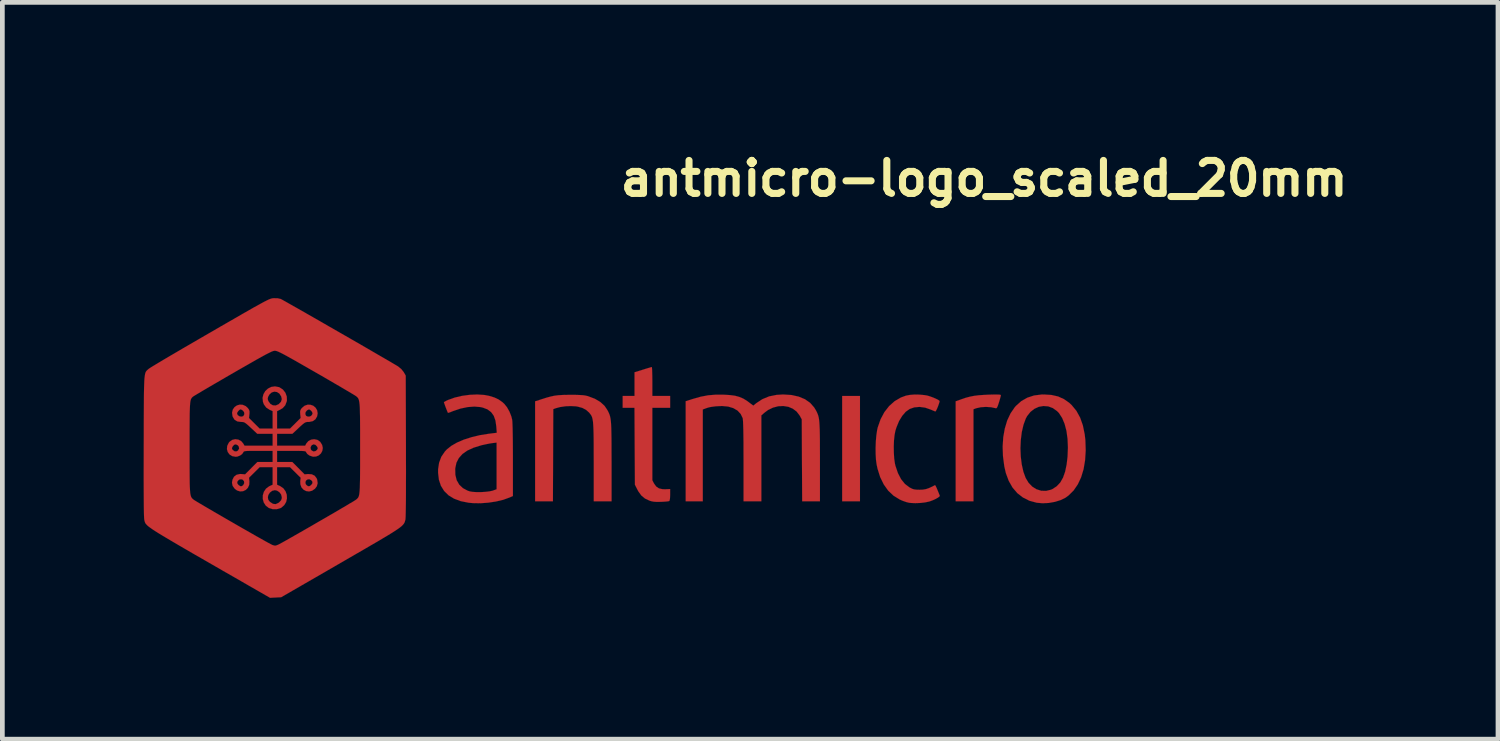
<source format=kicad_pcb>
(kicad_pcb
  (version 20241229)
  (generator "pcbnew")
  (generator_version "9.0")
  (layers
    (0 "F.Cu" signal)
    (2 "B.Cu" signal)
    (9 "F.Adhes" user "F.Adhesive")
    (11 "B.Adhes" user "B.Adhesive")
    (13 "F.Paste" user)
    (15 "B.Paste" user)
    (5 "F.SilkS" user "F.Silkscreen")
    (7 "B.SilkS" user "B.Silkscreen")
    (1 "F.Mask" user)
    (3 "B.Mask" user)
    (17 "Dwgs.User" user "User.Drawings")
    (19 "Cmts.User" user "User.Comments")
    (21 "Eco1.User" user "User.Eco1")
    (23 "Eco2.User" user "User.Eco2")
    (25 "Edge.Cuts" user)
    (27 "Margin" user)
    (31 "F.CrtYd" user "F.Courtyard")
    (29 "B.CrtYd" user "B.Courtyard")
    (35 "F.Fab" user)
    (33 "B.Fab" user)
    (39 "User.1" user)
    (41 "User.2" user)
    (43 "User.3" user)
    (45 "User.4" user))
  (footprint "antmicro-logo_scaled_20mm"
    (layer "F.Cu")
    (at 9.999 6.65)
    (property "Reference" "antmicro-logo_scaled_20mm" (at 0.05 -5.5 0) (layer "F.SilkS") (effects (font (size 0.7 0.7) (thickness 0.15)) (justify left bottom)))
    (attr board_only exclude_from_pos_files exclude_from_bom)
    (fp_poly (pts (xy 5.212 0.944) (xy 4.834 0.944) (xy 4.834 -1.292) (xy 5.212 -1.292) (xy 5.212 0.944)) (stroke (width 0.002) (type solid)) (fill yes) (layer "F.Cu"))
    (fp_poly (pts (xy 8.164 -1.321) (xy 8.193 -1.317) (xy 8.204 -1.31) (xy 8.204 -1.308) (xy 8.2 -1.285) (xy 8.188 -1.24) (xy 8.171 -1.181) (xy 8.163 -1.156) (xy 8.142 -1.092) (xy 8.126 -1.053) (xy 8.112 -1.034) (xy 8.097 -1.031) (xy 8.094 -1.032) (xy 7.996 -1.053) (xy 7.886 -1.06) (xy 7.778 -1.053) (xy 7.683 -1.032) (xy 7.665 -1.026) (xy 7.622 -1.009) (xy 7.622 0.944) (xy 7.244 0.944) (xy 7.244 -1.178) (xy 7.358 -1.219) (xy 7.457 -1.253) (xy 7.548 -1.277) (xy 7.639 -1.295) (xy 7.738 -1.307) (xy 7.856 -1.315) (xy 7.94 -1.319) (xy 8.042 -1.322) (xy 8.115 -1.322) (xy 8.164 -1.321)) (stroke (width 0.002) (type solid)) (fill yes) (layer "F.Cu"))
    (fp_poly (pts (xy 0.795 -1.891) (xy 0.798 -1.849) (xy 0.8 -1.786) (xy 0.802 -1.705) (xy 0.803 -1.612) (xy 0.803 -1.599) (xy 0.803 -1.292) (xy 1.181 -1.292) (xy 1.181 -1.04) (xy 0.803 -1.04) (xy 0.803 0.498) (xy 0.838 0.566) (xy 0.885 0.631) (xy 0.944 0.671) (xy 1.021 0.688) (xy 1.082 0.689) (xy 1.181 0.685) (xy 1.181 0.806) (xy 1.178 0.88) (xy 1.17 0.926) (xy 1.161 0.939) (xy 1.138 0.945) (xy 1.09 0.95) (xy 1.028 0.954) (xy 0.984 0.956) (xy 0.897 0.957) (xy 0.832 0.953) (xy 0.778 0.942) (xy 0.743 0.931) (xy 0.647 0.886) (xy 0.571 0.823) (xy 0.508 0.737) (xy 0.488 0.701) (xy 0.433 0.593) (xy 0.428 -0.223) (xy 0.424 -1.04) (xy 0.173 -1.04) (xy 0.173 -1.292) (xy 0.425 -1.292) (xy 0.425 -1.795) (xy 0.603 -1.85) (xy 0.673 -1.872) (xy 0.733 -1.89) (xy 0.774 -1.902) (xy 0.792 -1.906) (xy 0.795 -1.891)) (stroke (width 0.002) (type solid)) (fill yes) (layer "F.Cu"))
    (fp_poly (pts (xy -0.82 -1.315) (xy -0.737 -1.312) (xy -0.672 -1.308) (xy -0.621 -1.301) (xy -0.577 -1.291) (xy -0.56 -1.286) (xy -0.417 -1.232) (xy -0.302 -1.164) (xy -0.212 -1.082) (xy -0.154 -0.996) (xy -0.135 -0.961) (xy -0.119 -0.927) (xy -0.105 -0.893) (xy -0.094 -0.855) (xy -0.085 -0.811) (xy -0.078 -0.758) (xy -0.073 -0.693) (xy -0.069 -0.612) (xy -0.067 -0.515) (xy -0.065 -0.397) (xy -0.064 -0.256) (xy -0.064 -0.088) (xy -0.063 0.105) (xy -0.063 0.944) (xy -0.441 0.944) (xy -0.441 0.113) (xy -0.442 -0.083) (xy -0.442 -0.25) (xy -0.443 -0.391) (xy -0.445 -0.508) (xy -0.448 -0.604) (xy -0.452 -0.682) (xy -0.457 -0.744) (xy -0.465 -0.794) (xy -0.474 -0.833) (xy -0.486 -0.864) (xy -0.501 -0.89) (xy -0.518 -0.913) (xy -0.538 -0.937) (xy -0.539 -0.939) (xy -0.604 -0.997) (xy -0.684 -1.039) (xy -0.784 -1.066) (xy -0.822 -1.072) (xy -0.927 -1.078) (xy -1.044 -1.073) (xy -1.158 -1.056) (xy -1.24 -1.034) (xy -1.3 -1.013) (xy -1.304 -0.034) (xy -1.308 0.944) (xy -1.686 0.944) (xy -1.686 -1.178) (xy -1.54 -1.225) (xy -1.44 -1.257) (xy -1.354 -1.28) (xy -1.276 -1.297) (xy -1.195 -1.307) (xy -1.105 -1.313) (xy -0.995 -1.315) (xy -0.93 -1.315) (xy -0.82 -1.315)) (stroke (width 0.002) (type solid)) (fill yes) (layer "F.Cu"))
    (fp_poly (pts (xy 3.757 -1.312) (xy 3.91 -1.278) (xy 4.043 -1.223) (xy 4.153 -1.146) (xy 4.24 -1.047) (xy 4.282 -0.977) (xy 4.299 -0.943) (xy 4.313 -0.91) (xy 4.325 -0.876) (xy 4.335 -0.837) (xy 4.343 -0.791) (xy 4.349 -0.734) (xy 4.353 -0.665) (xy 4.357 -0.581) (xy 4.359 -0.478) (xy 4.361 -0.354) (xy 4.361 -0.206) (xy 4.362 -0.031) (xy 4.362 0.111) (xy 4.362 0.944) (xy 3.985 0.944) (xy 3.98 0.074) (xy 3.976 -0.796) (xy 3.93 -0.879) (xy 3.867 -0.961) (xy 3.786 -1.022) (xy 3.691 -1.062) (xy 3.586 -1.079) (xy 3.476 -1.074) (xy 3.366 -1.045) (xy 3.26 -0.994) (xy 3.185 -0.938) (xy 3.118 -0.88) (xy 3.118 0.944) (xy 2.74 0.944) (xy 2.74 0.092) (xy 2.739 -0.122) (xy 2.739 -0.305) (xy 2.737 -0.459) (xy 2.735 -0.585) (xy 2.732 -0.683) (xy 2.729 -0.755) (xy 2.725 -0.802) (xy 2.722 -0.821) (xy 2.679 -0.91) (xy 2.613 -0.981) (xy 2.523 -1.034) (xy 2.413 -1.067) (xy 2.284 -1.079) (xy 2.154 -1.073) (xy 2.082 -1.064) (xy 2.031 -1.056) (xy 1.989 -1.046) (xy 1.944 -1.031) (xy 1.917 -1.021) (xy 1.874 -1.005) (xy 1.874 0.944) (xy 1.511 0.944) (xy 1.511 -1.18) (xy 1.661 -1.228) (xy 1.83 -1.276) (xy 1.988 -1.306) (xy 2.148 -1.319) (xy 2.314 -1.319) (xy 2.448 -1.311) (xy 2.557 -1.297) (xy 2.649 -1.272) (xy 2.732 -1.237) (xy 2.811 -1.189) (xy 2.843 -1.165) (xy 2.947 -1.087) (xy 3.012 -1.14) (xy 3.14 -1.224) (xy 3.283 -1.283) (xy 3.443 -1.315) (xy 3.582 -1.323) (xy 3.757 -1.312)) (stroke (width 0.002) (type solid)) (fill yes) (layer "F.Cu"))
    (fp_poly (pts (xy 9.278 -1.313) (xy 9.419 -1.281) (xy 9.543 -1.225) (xy 9.656 -1.146) (xy 9.708 -1.097) (xy 9.808 -0.975) (xy 9.887 -0.831) (xy 9.945 -0.666) (xy 9.984 -0.476) (xy 9.998 -0.354) (xy 10.005 -0.134) (xy 9.992 0.072) (xy 9.96 0.262) (xy 9.908 0.434) (xy 9.837 0.585) (xy 9.749 0.714) (xy 9.643 0.819) (xy 9.578 0.867) (xy 9.475 0.918) (xy 9.352 0.956) (xy 9.219 0.98) (xy 9.087 0.986) (xy 8.966 0.975) (xy 8.81 0.933) (xy 8.673 0.864) (xy 8.553 0.771) (xy 8.452 0.653) (xy 8.371 0.511) (xy 8.31 0.346) (xy 8.277 0.202) (xy 8.249 -0.011) (xy 8.243 -0.182) (xy 8.619 -0.182) (xy 8.626 -0.007) (xy 8.647 0.163) (xy 8.682 0.318) (xy 8.73 0.449) (xy 8.792 0.552) (xy 8.87 0.633) (xy 8.961 0.69) (xy 9.06 0.721) (xy 9.164 0.724) (xy 9.268 0.699) (xy 9.303 0.683) (xy 9.391 0.625) (xy 9.465 0.546) (xy 9.524 0.443) (xy 9.569 0.315) (xy 9.601 0.162) (xy 9.62 0) (xy 9.628 -0.198) (xy 9.62 -0.382) (xy 9.597 -0.55) (xy 9.558 -0.698) (xy 9.505 -0.825) (xy 9.439 -0.927) (xy 9.397 -0.971) (xy 9.307 -1.035) (xy 9.21 -1.071) (xy 9.109 -1.079) (xy 9.009 -1.062) (xy 8.915 -1.019) (xy 8.831 -0.953) (xy 8.76 -0.863) (xy 8.733 -0.813) (xy 8.684 -0.68) (xy 8.648 -0.526) (xy 8.627 -0.358) (xy 8.619 -0.182) (xy 8.243 -0.182) (xy 8.242 -0.218) (xy 8.255 -0.417) (xy 8.288 -0.602) (xy 8.339 -0.772) (xy 8.41 -0.923) (xy 8.498 -1.051) (xy 8.524 -1.081) (xy 8.637 -1.182) (xy 8.765 -1.255) (xy 8.908 -1.302) (xy 9.068 -1.322) (xy 9.117 -1.323) (xy 9.278 -1.313)) (stroke (width 0.002) (type solid)) (fill yes) (layer "F.Cu"))
    (fp_poly (pts (xy 6.48 -1.32) (xy 6.584 -1.31) (xy 6.642 -1.3) (xy 6.701 -1.282) (xy 6.765 -1.259) (xy 6.825 -1.233) (xy 6.873 -1.209) (xy 6.9 -1.189) (xy 6.902 -1.186) (xy 6.901 -1.166) (xy 6.889 -1.128) (xy 6.872 -1.079) (xy 6.852 -1.03) (xy 6.833 -0.989) (xy 6.818 -0.966) (xy 6.815 -0.963) (xy 6.795 -0.969) (xy 6.757 -0.985) (xy 6.717 -1.002) (xy 6.597 -1.044) (xy 6.478 -1.06) (xy 6.365 -1.05) (xy 6.267 -1.016) (xy 6.184 -0.957) (xy 6.109 -0.87) (xy 6.042 -0.76) (xy 5.988 -0.629) (xy 5.964 -0.554) (xy 5.946 -0.461) (xy 5.934 -0.347) (xy 5.929 -0.22) (xy 5.931 -0.091) (xy 5.938 0.032) (xy 5.953 0.138) (xy 5.965 0.191) (xy 6.018 0.347) (xy 6.085 0.476) (xy 6.166 0.576) (xy 6.262 0.649) (xy 6.269 0.653) (xy 6.318 0.678) (xy 6.36 0.692) (xy 6.409 0.698) (xy 6.476 0.7) (xy 6.48 0.7) (xy 6.551 0.697) (xy 6.613 0.686) (xy 6.676 0.665) (xy 6.75 0.631) (xy 6.805 0.602) (xy 6.811 0.606) (xy 6.823 0.627) (xy 6.842 0.667) (xy 6.868 0.73) (xy 6.904 0.819) (xy 6.907 0.827) (xy 6.898 0.844) (xy 6.866 0.868) (xy 6.818 0.895) (xy 6.759 0.922) (xy 6.697 0.945) (xy 6.68 0.95) (xy 6.596 0.968) (xy 6.494 0.98) (xy 6.388 0.984) (xy 6.292 0.98) (xy 6.251 0.975) (xy 6.192 0.96) (xy 6.121 0.935) (xy 6.055 0.906) (xy 5.924 0.825) (xy 5.811 0.718) (xy 5.717 0.586) (xy 5.641 0.431) (xy 5.585 0.252) (xy 5.566 0.164) (xy 5.552 0.061) (xy 5.545 -0.061) (xy 5.544 -0.193) (xy 5.549 -0.327) (xy 5.56 -0.453) (xy 5.576 -0.563) (xy 5.589 -0.623) (xy 5.65 -0.797) (xy 5.731 -0.949) (xy 5.831 -1.077) (xy 5.948 -1.181) (xy 6.081 -1.259) (xy 6.187 -1.298) (xy 6.27 -1.314) (xy 6.372 -1.322) (xy 6.48 -1.32)) (stroke (width 0.002) (type solid)) (fill yes) (layer "F.Cu"))
    (fp_poly (pts (xy -2.763 -1.313) (xy -2.663 -1.294) (xy -2.55 -1.259) (xy -2.459 -1.216) (xy -2.38 -1.16) (xy -2.341 -1.124) (xy -2.284 -1.053) (xy -2.232 -0.961) (xy -2.192 -0.861) (xy -2.174 -0.79) (xy -2.17 -0.754) (xy -2.167 -0.69) (xy -2.164 -0.599) (xy -2.162 -0.485) (xy -2.16 -0.35) (xy -2.159 -0.196) (xy -2.158 -0.027) (xy -2.158 0.064) (xy -2.158 0.833) (xy -2.232 0.865) (xy -2.364 0.913) (xy -2.517 0.949) (xy -2.682 0.974) (xy -2.85 0.986) (xy -3.011 0.983) (xy -3.097 0.975) (xy -3.264 0.942) (xy -3.407 0.889) (xy -3.525 0.817) (xy -3.618 0.725) (xy -3.686 0.616) (xy -3.729 0.487) (xy -3.746 0.341) (xy -3.746 0.268) (xy -3.744 0.254) (xy -3.383 0.254) (xy -3.38 0.384) (xy -3.352 0.497) (xy -3.298 0.591) (xy -3.221 0.665) (xy -3.12 0.719) (xy -3.072 0.735) (xy -3.011 0.745) (xy -2.928 0.75) (xy -2.835 0.75) (xy -2.74 0.744) (xy -2.655 0.734) (xy -2.589 0.72) (xy -2.579 0.716) (xy -2.504 0.689) (xy -2.504 -0.302) (xy -2.595 -0.291) (xy -2.653 -0.282) (xy -2.728 -0.267) (xy -2.806 -0.25) (xy -2.831 -0.244) (xy -2.992 -0.194) (xy -3.125 -0.133) (xy -3.229 -0.06) (xy -3.306 0.026) (xy -3.357 0.125) (xy -3.381 0.238) (xy -3.383 0.254) (xy -3.744 0.254) (xy -3.725 0.126) (xy -3.678 0) (xy -3.602 -0.112) (xy -3.559 -0.158) (xy -3.465 -0.233) (xy -3.343 -0.303) (xy -3.198 -0.365) (xy -3.034 -0.417) (xy -2.856 -0.46) (xy -2.666 -0.49) (xy -2.663 -0.49) (xy -2.5 -0.51) (xy -2.51 -0.644) (xy -2.528 -0.77) (xy -2.564 -0.871) (xy -2.62 -0.949) (xy -2.697 -1.007) (xy -2.797 -1.045) (xy -2.845 -1.056) (xy -2.975 -1.067) (xy -3.12 -1.056) (xy -3.272 -1.024) (xy -3.426 -0.972) (xy -3.439 -0.967) (xy -3.488 -0.947) (xy -3.523 -0.936) (xy -3.537 -0.934) (xy -3.545 -0.95) (xy -3.56 -0.987) (xy -3.579 -1.035) (xy -3.598 -1.086) (xy -3.613 -1.129) (xy -3.622 -1.155) (xy -3.623 -1.159) (xy -3.609 -1.169) (xy -3.575 -1.188) (xy -3.537 -1.206) (xy -3.395 -1.257) (xy -3.239 -1.294) (xy -3.075 -1.316) (xy -2.914 -1.323) (xy -2.763 -1.313)) (stroke (width 0.002) (type solid)) (fill yes) (layer "F.Cu"))
    (fp_poly (pts (xy -7.153 -3.366) (xy -7.087 -3.351) (xy -7.086 -3.351) (xy -7.066 -3.34) (xy -7.021 -3.315) (xy -6.953 -3.277) (xy -6.865 -3.227) (xy -6.759 -3.167) (xy -6.639 -3.099) (xy -6.505 -3.022) (xy -6.361 -2.94) (xy -6.209 -2.853) (xy -6.052 -2.762) (xy -5.891 -2.67) (xy -5.729 -2.577) (xy -5.569 -2.485) (xy -5.413 -2.395) (xy -5.264 -2.309) (xy -5.123 -2.227) (xy -4.994 -2.152) (xy -4.878 -2.085) (xy -4.778 -2.027) (xy -4.697 -1.979) (xy -4.636 -1.943) (xy -4.599 -1.921) (xy -4.595 -1.918) (xy -4.528 -1.863) (xy -4.476 -1.798) (xy -4.434 -1.725) (xy -4.429 -0.224) (xy -4.429 0.063) (xy -4.428 0.323) (xy -4.429 0.553) (xy -4.429 0.755) (xy -4.43 0.928) (xy -4.432 1.071) (xy -4.434 1.184) (xy -4.436 1.266) (xy -4.439 1.318) (xy -4.441 1.337) (xy -4.448 1.36) (xy -4.454 1.382) (xy -4.463 1.403) (xy -4.476 1.423) (xy -4.494 1.445) (xy -4.519 1.47) (xy -4.552 1.497) (xy -4.596 1.529) (xy -4.652 1.567) (xy -4.721 1.611) (xy -4.805 1.663) (xy -4.906 1.723) (xy -5.025 1.794) (xy -5.165 1.875) (xy -5.326 1.969) (xy -5.511 2.076) (xy -5.72 2.197) (xy -5.813 2.251) (xy -7.079 2.982) (xy -7.197 2.988) (xy -7.315 2.994) (xy -7.78 2.727) (xy -8.064 2.563) (xy -8.323 2.415) (xy -8.557 2.28) (xy -8.767 2.159) (xy -8.955 2.051) (xy -9.122 1.954) (xy -9.27 1.868) (xy -9.399 1.792) (xy -9.51 1.726) (xy -9.606 1.669) (xy -9.688 1.619) (xy -9.756 1.576) (xy -9.812 1.539) (xy -9.857 1.507) (xy -9.893 1.481) (xy -9.92 1.458) (xy -9.94 1.437) (xy -9.955 1.42) (xy -9.965 1.403) (xy -9.972 1.387) (xy -9.977 1.371) (xy -9.981 1.354) (xy -9.985 1.337) (xy -9.988 1.309) (xy -9.991 1.25) (xy -9.993 1.161) (xy -9.995 1.041) (xy -9.996 0.891) (xy -9.997 0.712) (xy -9.998 0.503) (xy -9.998 0.266) (xy -9.997 0) (xy -9.997 -0.189) (xy -9.024 -0.189) (xy -9.024 0.015) (xy -9.024 0.191) (xy -9.023 0.34) (xy -9.022 0.464) (xy -9.021 0.567) (xy -9.018 0.65) (xy -9.014 0.717) (xy -9.01 0.768) (xy -9.003 0.808) (xy -8.995 0.837) (xy -8.986 0.859) (xy -8.974 0.876) (xy -8.961 0.891) (xy -8.945 0.905) (xy -8.943 0.906) (xy -8.922 0.921) (xy -8.877 0.949) (xy -8.81 0.989) (xy -8.725 1.039) (xy -8.625 1.098) (xy -8.512 1.164) (xy -8.389 1.235) (xy -8.26 1.31) (xy -8.128 1.386) (xy -7.995 1.463) (xy -7.864 1.538) (xy -7.739 1.609) (xy -7.622 1.676) (xy -7.517 1.735) (xy -7.425 1.787) (xy -7.351 1.828) (xy -7.297 1.857) (xy -7.266 1.872) (xy -7.261 1.874) (xy -7.222 1.885) (xy -7.195 1.886) (xy -7.163 1.875) (xy -7.144 1.867) (xy -7.117 1.854) (xy -7.067 1.827) (xy -6.997 1.788) (xy -6.909 1.738) (xy -6.805 1.679) (xy -6.691 1.614) (xy -6.567 1.543) (xy -6.438 1.469) (xy -6.306 1.392) (xy -6.174 1.316) (xy -6.045 1.241) (xy -5.922 1.17) (xy -5.809 1.103) (xy -5.708 1.044) (xy -5.622 0.992) (xy -5.553 0.952) (xy -5.507 0.923) (xy -5.484 0.907) (xy -5.483 0.907) (xy -5.467 0.892) (xy -5.453 0.878) (xy -5.441 0.861) (xy -5.431 0.839) (xy -5.423 0.81) (xy -5.417 0.772) (xy -5.412 0.721) (xy -5.408 0.656) (xy -5.406 0.574) (xy -5.404 0.473) (xy -5.403 0.35) (xy -5.402 0.203) (xy -5.402 0.03) (xy -5.402 -0.172) (xy -5.402 -0.189) (xy -5.402 -0.395) (xy -5.402 -0.572) (xy -5.403 -0.721) (xy -5.404 -0.847) (xy -5.406 -0.95) (xy -5.408 -1.034) (xy -5.412 -1.101) (xy -5.418 -1.153) (xy -5.425 -1.193) (xy -5.434 -1.223) (xy -5.445 -1.245) (xy -5.458 -1.262) (xy -5.473 -1.276) (xy -5.491 -1.29) (xy -5.499 -1.295) (xy -5.522 -1.31) (xy -5.57 -1.339) (xy -5.64 -1.381) (xy -5.729 -1.433) (xy -5.835 -1.496) (xy -5.956 -1.566) (xy -6.088 -1.643) (xy -6.229 -1.725) (xy -6.348 -1.793) (xy -6.519 -1.891) (xy -6.664 -1.974) (xy -6.786 -2.044) (xy -6.888 -2.101) (xy -6.971 -2.147) (xy -7.038 -2.183) (xy -7.091 -2.21) (xy -7.132 -2.229) (xy -7.163 -2.242) (xy -7.187 -2.249) (xy -7.205 -2.252) (xy -7.211 -2.252) (xy -7.228 -2.251) (xy -7.249 -2.246) (xy -7.276 -2.236) (xy -7.312 -2.219) (xy -7.359 -2.196) (xy -7.419 -2.165) (xy -7.495 -2.123) (xy -7.587 -2.072) (xy -7.699 -2.008) (xy -7.832 -1.932) (xy -7.99 -1.842) (xy -8.1 -1.778) (xy -8.248 -1.693) (xy -8.388 -1.611) (xy -8.519 -1.535) (xy -8.637 -1.466) (xy -8.739 -1.406) (xy -8.825 -1.355) (xy -8.89 -1.316) (xy -8.933 -1.29) (xy -8.951 -1.278) (xy -8.966 -1.265) (xy -8.978 -1.251) (xy -8.989 -1.234) (xy -8.998 -1.212) (xy -9.005 -1.182) (xy -9.011 -1.141) (xy -9.015 -1.087) (xy -9.018 -1.019) (xy -9.021 -0.933) (xy -9.022 -0.827) (xy -9.023 -0.699) (xy -9.024 -0.546) (xy -9.024 -0.366) (xy -9.024 -0.189) (xy -9.997 -0.189) (xy -9.997 -0.224) (xy -9.996 -0.479) (xy -9.996 -0.705) (xy -9.995 -0.903) (xy -9.994 -1.075) (xy -9.993 -1.223) (xy -9.992 -1.35) (xy -9.99 -1.456) (xy -9.987 -1.545) (xy -9.984 -1.617) (xy -9.98 -1.675) (xy -9.974 -1.721) (xy -9.968 -1.757) (xy -9.961 -1.784) (xy -9.952 -1.805) (xy -9.941 -1.821) (xy -9.929 -1.834) (xy -9.915 -1.847) (xy -9.9 -1.86) (xy -9.893 -1.866) (xy -9.873 -1.88) (xy -9.828 -1.909) (xy -9.759 -1.951) (xy -9.669 -2.005) (xy -9.56 -2.07) (xy -9.433 -2.145) (xy -9.291 -2.228) (xy -9.136 -2.319) (xy -8.969 -2.416) (xy -8.793 -2.518) (xy -8.61 -2.624) (xy -8.59 -2.635) (xy -8.377 -2.759) (xy -8.189 -2.867) (xy -8.024 -2.962) (xy -7.882 -3.044) (xy -7.759 -3.114) (xy -7.656 -3.173) (xy -7.568 -3.221) (xy -7.496 -3.261) (xy -7.437 -3.293) (xy -7.389 -3.317) (xy -7.351 -3.336) (xy -7.321 -3.349) (xy -7.296 -3.357) (xy -7.276 -3.363) (xy -7.259 -3.366) (xy -7.242 -3.367) (xy -7.237 -3.368) (xy -7.153 -3.366)) (stroke (width 0.002) (type solid)) (fill yes) (layer "F.Cu"))
    (fp_poly (pts (xy -7.128 -1.48) (xy -7.114 -1.475) (xy -7.042 -1.428) (xy -6.989 -1.361) (xy -6.96 -1.281) (xy -6.957 -1.196) (xy -6.961 -1.175) (xy -6.992 -1.094) (xy -7.046 -1.034) (xy -7.101 -1.001) (xy -7.166 -0.969) (xy -7.166 -0.599) (xy -6.891 -0.599) (xy -6.778 -0.711) (xy -6.665 -0.824) (xy -6.673 -0.905) (xy -6.673 -0.906) (xy -6.566 -0.906) (xy -6.549 -0.87) (xy -6.512 -0.853) (xy -6.467 -0.856) (xy -6.435 -0.876) (xy -6.412 -0.913) (xy -6.42 -0.95) (xy -6.441 -0.977) (xy -6.471 -1.002) (xy -6.496 -1.005) (xy -6.53 -0.986) (xy -6.532 -0.984) (xy -6.56 -0.949) (xy -6.566 -0.906) (xy -6.673 -0.906) (xy -6.676 -0.957) (xy -6.669 -0.992) (xy -6.648 -1.025) (xy -6.639 -1.036) (xy -6.582 -1.084) (xy -6.519 -1.106) (xy -6.456 -1.105) (xy -6.397 -1.084) (xy -6.349 -1.044) (xy -6.316 -0.99) (xy -6.304 -0.925) (xy -6.315 -0.859) (xy -6.351 -0.797) (xy -6.408 -0.757) (xy -6.484 -0.741) (xy -6.497 -0.741) (xy -6.529 -0.74) (xy -6.557 -0.734) (xy -6.585 -0.719) (xy -6.619 -0.693) (xy -6.667 -0.651) (xy -6.705 -0.615) (xy -6.84 -0.489) (xy -7.166 -0.489) (xy -7.166 -0.237) (xy -6.568 -0.237) (xy -6.545 -0.282) (xy -6.502 -0.333) (xy -6.443 -0.364) (xy -6.377 -0.373) (xy -6.311 -0.36) (xy -6.255 -0.322) (xy -6.249 -0.317) (xy -6.209 -0.253) (xy -6.195 -0.188) (xy -6.205 -0.126) (xy -6.234 -0.072) (xy -6.28 -0.03) (xy -6.337 -0.006) (xy -6.402 -0.002) (xy -6.472 -0.025) (xy -6.486 -0.033) (xy -6.523 -0.061) (xy -6.545 -0.091) (xy -6.547 -0.096) (xy -6.552 -0.106) (xy -6.561 -0.114) (xy -6.58 -0.12) (xy -6.613 -0.123) (xy -6.664 -0.125) (xy -6.737 -0.126) (xy -6.836 -0.126) (xy -6.861 -0.126) (xy -7.166 -0.126) (xy -7.166 0.11) (xy -6.842 0.11) (xy -6.581 0.373) (xy -6.507 0.366) (xy -6.428 0.372) (xy -6.367 0.402) (xy -6.325 0.457) (xy -6.314 0.486) (xy -6.304 0.561) (xy -6.322 0.626) (xy -6.361 0.678) (xy -6.422 0.72) (xy -6.487 0.736) (xy -6.55 0.727) (xy -6.605 0.697) (xy -6.648 0.648) (xy -6.671 0.583) (xy -6.672 0.536) (xy -6.564 0.536) (xy -6.559 0.575) (xy -6.544 0.597) (xy -6.508 0.625) (xy -6.474 0.623) (xy -6.441 0.598) (xy -6.414 0.56) (xy -6.417 0.525) (xy -6.44 0.497) (xy -6.48 0.476) (xy -6.518 0.48) (xy -6.549 0.502) (xy -6.564 0.536) (xy -6.672 0.536) (xy -6.673 0.52) (xy -6.664 0.445) (xy -6.891 0.22) (xy -7.166 0.22) (xy -7.166 0.593) (xy -7.101 0.622) (xy -7.033 0.668) (xy -6.986 0.732) (xy -6.96 0.805) (xy -6.956 0.883) (xy -6.973 0.959) (xy -7.013 1.026) (xy -7.074 1.079) (xy -7.088 1.087) (xy -7.171 1.112) (xy -7.258 1.112) (xy -7.34 1.087) (xy -7.341 1.086) (xy -7.406 1.036) (xy -7.448 0.97) (xy -7.469 0.895) (xy -7.468 0.858) (xy -7.361 0.858) (xy -7.355 0.905) (xy -7.331 0.942) (xy -7.31 0.962) (xy -7.252 0.999) (xy -7.195 1.005) (xy -7.137 0.979) (xy -7.116 0.962) (xy -7.08 0.923) (xy -7.066 0.883) (xy -7.065 0.858) (xy -7.079 0.801) (xy -7.116 0.751) (xy -7.167 0.718) (xy -7.213 0.708) (xy -7.27 0.722) (xy -7.319 0.76) (xy -7.352 0.812) (xy -7.361 0.858) (xy -7.468 0.858) (xy -7.468 0.817) (xy -7.445 0.742) (xy -7.401 0.677) (xy -7.336 0.628) (xy -7.325 0.622) (xy -7.26 0.593) (xy -7.26 0.22) (xy -7.535 0.22) (xy -7.762 0.445) (xy -7.753 0.52) (xy -7.757 0.595) (xy -7.785 0.658) (xy -7.83 0.703) (xy -7.887 0.73) (xy -7.951 0.735) (xy -8.015 0.715) (xy -8.065 0.678) (xy -8.109 0.617) (xy -8.123 0.551) (xy -8.12 0.532) (xy -8.012 0.532) (xy -8.009 0.566) (xy -7.985 0.598) (xy -7.946 0.625) (xy -7.912 0.623) (xy -7.883 0.599) (xy -7.863 0.558) (xy -7.868 0.517) (xy -7.896 0.486) (xy -7.915 0.478) (xy -7.961 0.48) (xy -7.985 0.496) (xy -8.012 0.532) (xy -8.12 0.532) (xy -8.112 0.486) (xy -8.079 0.422) (xy -8.025 0.381) (xy -7.953 0.365) (xy -7.919 0.366) (xy -7.845 0.373) (xy -7.584 0.11) (xy -7.26 0.11) (xy -7.26 -0.126) (xy -7.566 -0.126) (xy -7.672 -0.126) (xy -7.75 -0.126) (xy -7.805 -0.124) (xy -7.841 -0.121) (xy -7.863 -0.116) (xy -7.875 -0.108) (xy -7.881 -0.098) (xy -7.883 -0.094) (xy -7.908 -0.058) (xy -7.954 -0.026) (xy -8.009 -0.005) (xy -8.045 -0.001) (xy -8.117 -0.014) (xy -8.174 -0.049) (xy -8.213 -0.102) (xy -8.23 -0.164) (xy -8.228 -0.186) (xy -8.124 -0.186) (xy -8.12 -0.163) (xy -8.104 -0.143) (xy -8.063 -0.115) (xy -8.021 -0.117) (xy -7.994 -0.135) (xy -7.971 -0.176) (xy -7.976 -0.202) (xy -6.455 -0.202) (xy -6.449 -0.158) (xy -6.432 -0.135) (xy -6.392 -0.113) (xy -6.35 -0.121) (xy -6.322 -0.143) (xy -6.303 -0.169) (xy -6.304 -0.193) (xy -6.316 -0.218) (xy -6.35 -0.254) (xy -6.39 -0.265) (xy -6.429 -0.247) (xy -6.432 -0.244) (xy -6.455 -0.202) (xy -7.976 -0.202) (xy -7.979 -0.218) (xy -7.999 -0.244) (xy -8.04 -0.265) (xy -8.078 -0.255) (xy -8.11 -0.218) (xy -8.124 -0.186) (xy -8.228 -0.186) (xy -8.224 -0.232) (xy -8.192 -0.297) (xy -8.177 -0.317) (xy -8.121 -0.358) (xy -8.055 -0.374) (xy -7.988 -0.365) (xy -7.927 -0.333) (xy -7.885 -0.284) (xy -7.857 -0.237) (xy -7.26 -0.237) (xy -7.26 -0.489) (xy -7.586 -0.489) (xy -7.721 -0.615) (xy -7.779 -0.669) (xy -7.821 -0.704) (xy -7.852 -0.726) (xy -7.879 -0.737) (xy -7.908 -0.74) (xy -7.934 -0.741) (xy -8.011 -0.752) (xy -8.068 -0.787) (xy -8.105 -0.846) (xy -8.112 -0.866) (xy -8.119 -0.923) (xy -8.016 -0.923) (xy -8.003 -0.887) (xy -7.969 -0.862) (xy -7.928 -0.852) (xy -7.888 -0.861) (xy -7.878 -0.87) (xy -7.86 -0.907) (xy -7.866 -0.949) (xy -7.894 -0.984) (xy -7.924 -1.002) (xy -7.941 -1.008) (xy -7.964 -0.997) (xy -7.991 -0.969) (xy -8.011 -0.939) (xy -8.016 -0.923) (xy -8.119 -0.923) (xy -8.121 -0.94) (xy -8.105 -1.004) (xy -8.069 -1.055) (xy -8.018 -1.091) (xy -7.958 -1.108) (xy -7.894 -1.104) (xy -7.831 -1.076) (xy -7.787 -1.036) (xy -7.762 -1.001) (xy -7.751 -0.968) (xy -7.751 -0.923) (xy -7.753 -0.905) (xy -7.762 -0.824) (xy -7.648 -0.711) (xy -7.535 -0.599) (xy -7.26 -0.599) (xy -7.26 -0.971) (xy -7.323 -0.998) (xy -7.396 -1.046) (xy -7.446 -1.114) (xy -7.465 -1.166) (xy -7.472 -1.24) (xy -7.365 -1.24) (xy -7.359 -1.204) (xy -7.347 -1.177) (xy -7.307 -1.123) (xy -7.254 -1.093) (xy -7.194 -1.09) (xy -7.134 -1.116) (xy -7.127 -1.121) (xy -7.081 -1.171) (xy -7.065 -1.225) (xy -7.078 -1.283) (xy -7.116 -1.342) (xy -7.166 -1.375) (xy -7.222 -1.384) (xy -7.278 -1.368) (xy -7.326 -1.326) (xy -7.354 -1.278) (xy -7.365 -1.24) (xy -7.472 -1.24) (xy -7.474 -1.25) (xy -7.455 -1.328) (xy -7.416 -1.396) (xy -7.358 -1.449) (xy -7.288 -1.484) (xy -7.21 -1.495) (xy -7.128 -1.48)) (stroke (width 0.002) (type solid)) (fill yes) (layer "F.Cu"))
    (fp_poly (pts (xy 5.212 0.944) (xy 4.834 0.944) (xy 4.834 -1.292) (xy 5.212 -1.292) (xy 5.212 0.944)) (stroke (width 0.002) (type solid)) (fill yes) (layer "F.Mask"))
    (fp_poly (pts (xy 8.164 -1.321) (xy 8.193 -1.317) (xy 8.204 -1.31) (xy 8.204 -1.308) (xy 8.2 -1.285) (xy 8.188 -1.24) (xy 8.171 -1.181) (xy 8.163 -1.156) (xy 8.142 -1.092) (xy 8.126 -1.053) (xy 8.112 -1.034) (xy 8.097 -1.031) (xy 8.094 -1.032) (xy 7.996 -1.053) (xy 7.886 -1.06) (xy 7.778 -1.053) (xy 7.683 -1.032) (xy 7.665 -1.026) (xy 7.622 -1.009) (xy 7.622 0.944) (xy 7.244 0.944) (xy 7.244 -1.178) (xy 7.358 -1.219) (xy 7.457 -1.253) (xy 7.548 -1.277) (xy 7.639 -1.295) (xy 7.738 -1.307) (xy 7.856 -1.315) (xy 7.94 -1.319) (xy 8.042 -1.322) (xy 8.115 -1.322) (xy 8.164 -1.321)) (stroke (width 0.002) (type solid)) (fill yes) (layer "F.Mask"))
    (fp_poly (pts (xy 0.795 -1.891) (xy 0.798 -1.849) (xy 0.8 -1.786) (xy 0.802 -1.705) (xy 0.803 -1.612) (xy 0.803 -1.599) (xy 0.803 -1.292) (xy 1.181 -1.292) (xy 1.181 -1.04) (xy 0.803 -1.04) (xy 0.803 0.498) (xy 0.838 0.566) (xy 0.885 0.631) (xy 0.944 0.671) (xy 1.021 0.688) (xy 1.082 0.689) (xy 1.181 0.685) (xy 1.181 0.806) (xy 1.178 0.88) (xy 1.17 0.926) (xy 1.161 0.939) (xy 1.138 0.945) (xy 1.09 0.95) (xy 1.028 0.954) (xy 0.984 0.956) (xy 0.897 0.957) (xy 0.832 0.953) (xy 0.778 0.942) (xy 0.743 0.931) (xy 0.647 0.886) (xy 0.571 0.823) (xy 0.508 0.737) (xy 0.488 0.701) (xy 0.433 0.593) (xy 0.428 -0.223) (xy 0.424 -1.04) (xy 0.173 -1.04) (xy 0.173 -1.292) (xy 0.425 -1.292) (xy 0.425 -1.795) (xy 0.603 -1.85) (xy 0.673 -1.872) (xy 0.733 -1.89) (xy 0.774 -1.902) (xy 0.792 -1.906) (xy 0.795 -1.891)) (stroke (width 0.002) (type solid)) (fill yes) (layer "F.Mask"))
    (fp_poly (pts (xy -0.82 -1.315) (xy -0.737 -1.312) (xy -0.672 -1.308) (xy -0.621 -1.301) (xy -0.577 -1.291) (xy -0.56 -1.286) (xy -0.417 -1.232) (xy -0.302 -1.164) (xy -0.212 -1.082) (xy -0.154 -0.996) (xy -0.135 -0.961) (xy -0.119 -0.927) (xy -0.105 -0.893) (xy -0.094 -0.855) (xy -0.085 -0.811) (xy -0.078 -0.758) (xy -0.073 -0.693) (xy -0.069 -0.612) (xy -0.067 -0.515) (xy -0.065 -0.397) (xy -0.064 -0.256) (xy -0.064 -0.088) (xy -0.063 0.105) (xy -0.063 0.944) (xy -0.441 0.944) (xy -0.441 0.113) (xy -0.442 -0.083) (xy -0.442 -0.25) (xy -0.443 -0.391) (xy -0.445 -0.508) (xy -0.448 -0.604) (xy -0.452 -0.682) (xy -0.457 -0.744) (xy -0.465 -0.794) (xy -0.474 -0.833) (xy -0.486 -0.864) (xy -0.501 -0.89) (xy -0.518 -0.913) (xy -0.538 -0.937) (xy -0.539 -0.939) (xy -0.604 -0.997) (xy -0.684 -1.039) (xy -0.784 -1.066) (xy -0.822 -1.072) (xy -0.927 -1.078) (xy -1.044 -1.073) (xy -1.158 -1.056) (xy -1.24 -1.034) (xy -1.3 -1.013) (xy -1.304 -0.034) (xy -1.308 0.944) (xy -1.686 0.944) (xy -1.686 -1.178) (xy -1.54 -1.225) (xy -1.44 -1.257) (xy -1.354 -1.28) (xy -1.276 -1.297) (xy -1.195 -1.307) (xy -1.105 -1.313) (xy -0.995 -1.315) (xy -0.93 -1.315) (xy -0.82 -1.315)) (stroke (width 0.002) (type solid)) (fill yes) (layer "F.Mask"))
    (fp_poly (pts (xy 3.757 -1.312) (xy 3.91 -1.278) (xy 4.043 -1.223) (xy 4.153 -1.146) (xy 4.24 -1.047) (xy 4.282 -0.977) (xy 4.299 -0.943) (xy 4.313 -0.91) (xy 4.325 -0.876) (xy 4.335 -0.837) (xy 4.343 -0.791) (xy 4.349 -0.734) (xy 4.353 -0.665) (xy 4.357 -0.581) (xy 4.359 -0.478) (xy 4.361 -0.354) (xy 4.361 -0.206) (xy 4.362 -0.031) (xy 4.362 0.111) (xy 4.362 0.944) (xy 3.985 0.944) (xy 3.98 0.074) (xy 3.976 -0.796) (xy 3.93 -0.879) (xy 3.867 -0.961) (xy 3.786 -1.022) (xy 3.691 -1.062) (xy 3.586 -1.079) (xy 3.476 -1.074) (xy 3.366 -1.045) (xy 3.26 -0.994) (xy 3.185 -0.938) (xy 3.118 -0.88) (xy 3.118 0.944) (xy 2.74 0.944) (xy 2.74 0.092) (xy 2.739 -0.122) (xy 2.739 -0.305) (xy 2.737 -0.459) (xy 2.735 -0.585) (xy 2.732 -0.683) (xy 2.729 -0.755) (xy 2.725 -0.802) (xy 2.722 -0.821) (xy 2.679 -0.91) (xy 2.613 -0.981) (xy 2.523 -1.034) (xy 2.413 -1.067) (xy 2.284 -1.079) (xy 2.154 -1.073) (xy 2.082 -1.064) (xy 2.031 -1.056) (xy 1.989 -1.046) (xy 1.944 -1.031) (xy 1.917 -1.021) (xy 1.874 -1.005) (xy 1.874 0.944) (xy 1.511 0.944) (xy 1.511 -1.18) (xy 1.661 -1.228) (xy 1.83 -1.276) (xy 1.988 -1.306) (xy 2.148 -1.319) (xy 2.314 -1.319) (xy 2.448 -1.311) (xy 2.557 -1.297) (xy 2.649 -1.272) (xy 2.732 -1.237) (xy 2.811 -1.189) (xy 2.843 -1.165) (xy 2.947 -1.087) (xy 3.012 -1.14) (xy 3.14 -1.224) (xy 3.283 -1.283) (xy 3.443 -1.315) (xy 3.582 -1.323) (xy 3.757 -1.312)) (stroke (width 0.002) (type solid)) (fill yes) (layer "F.Mask"))
    (fp_poly (pts (xy 9.278 -1.313) (xy 9.419 -1.281) (xy 9.543 -1.225) (xy 9.656 -1.146) (xy 9.708 -1.097) (xy 9.808 -0.975) (xy 9.887 -0.831) (xy 9.945 -0.666) (xy 9.984 -0.476) (xy 9.998 -0.354) (xy 10.005 -0.134) (xy 9.992 0.072) (xy 9.96 0.262) (xy 9.908 0.434) (xy 9.837 0.585) (xy 9.749 0.714) (xy 9.643 0.819) (xy 9.578 0.867) (xy 9.475 0.918) (xy 9.352 0.956) (xy 9.219 0.98) (xy 9.087 0.986) (xy 8.966 0.975) (xy 8.81 0.933) (xy 8.673 0.864) (xy 8.553 0.771) (xy 8.452 0.653) (xy 8.371 0.511) (xy 8.31 0.346) (xy 8.277 0.202) (xy 8.249 -0.011) (xy 8.243 -0.182) (xy 8.619 -0.182) (xy 8.626 -0.007) (xy 8.647 0.163) (xy 8.682 0.318) (xy 8.73 0.449) (xy 8.792 0.552) (xy 8.87 0.633) (xy 8.961 0.69) (xy 9.06 0.721) (xy 9.164 0.724) (xy 9.268 0.699) (xy 9.303 0.683) (xy 9.391 0.625) (xy 9.465 0.546) (xy 9.524 0.443) (xy 9.569 0.315) (xy 9.601 0.162) (xy 9.62 0) (xy 9.628 -0.198) (xy 9.62 -0.382) (xy 9.597 -0.55) (xy 9.558 -0.698) (xy 9.505 -0.825) (xy 9.439 -0.927) (xy 9.397 -0.971) (xy 9.307 -1.035) (xy 9.21 -1.071) (xy 9.109 -1.079) (xy 9.009 -1.062) (xy 8.915 -1.019) (xy 8.831 -0.953) (xy 8.76 -0.863) (xy 8.733 -0.813) (xy 8.684 -0.68) (xy 8.648 -0.526) (xy 8.627 -0.358) (xy 8.619 -0.182) (xy 8.243 -0.182) (xy 8.242 -0.218) (xy 8.255 -0.417) (xy 8.288 -0.602) (xy 8.339 -0.772) (xy 8.41 -0.923) (xy 8.498 -1.051) (xy 8.524 -1.081) (xy 8.637 -1.182) (xy 8.765 -1.255) (xy 8.908 -1.302) (xy 9.068 -1.322) (xy 9.117 -1.323) (xy 9.278 -1.313)) (stroke (width 0.002) (type solid)) (fill yes) (layer "F.Mask"))
    (fp_poly (pts (xy 6.48 -1.32) (xy 6.584 -1.31) (xy 6.642 -1.3) (xy 6.701 -1.282) (xy 6.765 -1.259) (xy 6.825 -1.233) (xy 6.873 -1.209) (xy 6.9 -1.189) (xy 6.902 -1.186) (xy 6.901 -1.166) (xy 6.889 -1.128) (xy 6.872 -1.079) (xy 6.852 -1.03) (xy 6.833 -0.989) (xy 6.818 -0.966) (xy 6.815 -0.963) (xy 6.795 -0.969) (xy 6.757 -0.985) (xy 6.717 -1.002) (xy 6.597 -1.044) (xy 6.478 -1.06) (xy 6.365 -1.05) (xy 6.267 -1.016) (xy 6.184 -0.957) (xy 6.109 -0.87) (xy 6.042 -0.76) (xy 5.988 -0.629) (xy 5.964 -0.554) (xy 5.946 -0.461) (xy 5.934 -0.347) (xy 5.929 -0.22) (xy 5.931 -0.091) (xy 5.938 0.032) (xy 5.953 0.138) (xy 5.965 0.191) (xy 6.018 0.347) (xy 6.085 0.476) (xy 6.166 0.576) (xy 6.262 0.649) (xy 6.269 0.653) (xy 6.318 0.678) (xy 6.36 0.692) (xy 6.409 0.698) (xy 6.476 0.7) (xy 6.48 0.7) (xy 6.551 0.697) (xy 6.613 0.686) (xy 6.676 0.665) (xy 6.75 0.631) (xy 6.805 0.602) (xy 6.811 0.606) (xy 6.823 0.627) (xy 6.842 0.667) (xy 6.868 0.73) (xy 6.904 0.819) (xy 6.907 0.827) (xy 6.898 0.844) (xy 6.866 0.868) (xy 6.818 0.895) (xy 6.759 0.922) (xy 6.697 0.945) (xy 6.68 0.95) (xy 6.596 0.968) (xy 6.494 0.98) (xy 6.388 0.984) (xy 6.292 0.98) (xy 6.251 0.975) (xy 6.192 0.96) (xy 6.121 0.935) (xy 6.055 0.906) (xy 5.924 0.825) (xy 5.811 0.718) (xy 5.717 0.586) (xy 5.641 0.431) (xy 5.585 0.252) (xy 5.566 0.164) (xy 5.552 0.061) (xy 5.545 -0.061) (xy 5.544 -0.193) (xy 5.549 -0.327) (xy 5.56 -0.453) (xy 5.576 -0.563) (xy 5.589 -0.623) (xy 5.65 -0.797) (xy 5.731 -0.949) (xy 5.831 -1.077) (xy 5.948 -1.181) (xy 6.081 -1.259) (xy 6.187 -1.298) (xy 6.27 -1.314) (xy 6.372 -1.322) (xy 6.48 -1.32)) (stroke (width 0.002) (type solid)) (fill yes) (layer "F.Mask"))
    (fp_poly (pts (xy -2.763 -1.313) (xy -2.663 -1.294) (xy -2.55 -1.259) (xy -2.459 -1.216) (xy -2.38 -1.16) (xy -2.341 -1.124) (xy -2.284 -1.053) (xy -2.232 -0.961) (xy -2.192 -0.861) (xy -2.174 -0.79) (xy -2.17 -0.754) (xy -2.167 -0.69) (xy -2.164 -0.599) (xy -2.162 -0.485) (xy -2.16 -0.35) (xy -2.159 -0.196) (xy -2.158 -0.027) (xy -2.158 0.064) (xy -2.158 0.833) (xy -2.232 0.865) (xy -2.364 0.913) (xy -2.517 0.949) (xy -2.682 0.974) (xy -2.85 0.986) (xy -3.011 0.983) (xy -3.097 0.975) (xy -3.264 0.942) (xy -3.407 0.889) (xy -3.525 0.817) (xy -3.618 0.725) (xy -3.686 0.616) (xy -3.729 0.487) (xy -3.746 0.341) (xy -3.746 0.268) (xy -3.744 0.254) (xy -3.383 0.254) (xy -3.38 0.384) (xy -3.352 0.497) (xy -3.298 0.591) (xy -3.221 0.665) (xy -3.12 0.719) (xy -3.072 0.735) (xy -3.011 0.745) (xy -2.928 0.75) (xy -2.835 0.75) (xy -2.74 0.744) (xy -2.655 0.734) (xy -2.589 0.72) (xy -2.579 0.716) (xy -2.504 0.689) (xy -2.504 -0.302) (xy -2.595 -0.291) (xy -2.653 -0.282) (xy -2.728 -0.267) (xy -2.806 -0.25) (xy -2.831 -0.244) (xy -2.992 -0.194) (xy -3.125 -0.133) (xy -3.229 -0.06) (xy -3.306 0.026) (xy -3.357 0.125) (xy -3.381 0.238) (xy -3.383 0.254) (xy -3.744 0.254) (xy -3.725 0.126) (xy -3.678 0) (xy -3.602 -0.112) (xy -3.559 -0.158) (xy -3.465 -0.233) (xy -3.343 -0.303) (xy -3.198 -0.365) (xy -3.034 -0.417) (xy -2.856 -0.46) (xy -2.666 -0.49) (xy -2.663 -0.49) (xy -2.5 -0.51) (xy -2.51 -0.644) (xy -2.528 -0.77) (xy -2.564 -0.871) (xy -2.62 -0.949) (xy -2.697 -1.007) (xy -2.797 -1.045) (xy -2.845 -1.056) (xy -2.975 -1.067) (xy -3.12 -1.056) (xy -3.272 -1.024) (xy -3.426 -0.972) (xy -3.439 -0.967) (xy -3.488 -0.947) (xy -3.523 -0.936) (xy -3.537 -0.934) (xy -3.545 -0.95) (xy -3.56 -0.987) (xy -3.579 -1.035) (xy -3.598 -1.086) (xy -3.613 -1.129) (xy -3.622 -1.155) (xy -3.623 -1.159) (xy -3.609 -1.169) (xy -3.575 -1.188) (xy -3.537 -1.206) (xy -3.395 -1.257) (xy -3.239 -1.294) (xy -3.075 -1.316) (xy -2.914 -1.323) (xy -2.763 -1.313)) (stroke (width 0.002) (type solid)) (fill yes) (layer "F.Mask"))
    (fp_poly (pts (xy -7.153 -3.366) (xy -7.087 -3.351) (xy -7.086 -3.351) (xy -7.066 -3.34) (xy -7.021 -3.315) (xy -6.953 -3.277) (xy -6.865 -3.227) (xy -6.759 -3.167) (xy -6.639 -3.099) (xy -6.505 -3.022) (xy -6.361 -2.94) (xy -6.209 -2.853) (xy -6.052 -2.762) (xy -5.891 -2.67) (xy -5.729 -2.577) (xy -5.569 -2.485) (xy -5.413 -2.395) (xy -5.264 -2.309) (xy -5.123 -2.227) (xy -4.994 -2.152) (xy -4.878 -2.085) (xy -4.778 -2.027) (xy -4.697 -1.979) (xy -4.636 -1.943) (xy -4.599 -1.921) (xy -4.595 -1.918) (xy -4.528 -1.863) (xy -4.476 -1.798) (xy -4.434 -1.725) (xy -4.429 -0.224) (xy -4.429 0.063) (xy -4.428 0.323) (xy -4.429 0.553) (xy -4.429 0.755) (xy -4.43 0.928) (xy -4.432 1.071) (xy -4.434 1.184) (xy -4.436 1.266) (xy -4.439 1.318) (xy -4.441 1.337) (xy -4.448 1.36) (xy -4.454 1.382) (xy -4.463 1.403) (xy -4.476 1.423) (xy -4.494 1.445) (xy -4.519 1.47) (xy -4.552 1.497) (xy -4.596 1.529) (xy -4.652 1.567) (xy -4.721 1.611) (xy -4.805 1.663) (xy -4.906 1.723) (xy -5.025 1.794) (xy -5.165 1.875) (xy -5.326 1.969) (xy -5.511 2.076) (xy -5.72 2.197) (xy -5.813 2.251) (xy -7.079 2.982) (xy -7.197 2.988) (xy -7.315 2.994) (xy -7.78 2.727) (xy -8.064 2.563) (xy -8.323 2.415) (xy -8.557 2.28) (xy -8.767 2.159) (xy -8.955 2.051) (xy -9.122 1.954) (xy -9.27 1.868) (xy -9.399 1.792) (xy -9.51 1.726) (xy -9.606 1.669) (xy -9.688 1.619) (xy -9.756 1.576) (xy -9.812 1.539) (xy -9.857 1.507) (xy -9.893 1.481) (xy -9.92 1.458) (xy -9.94 1.437) (xy -9.955 1.42) (xy -9.965 1.403) (xy -9.972 1.387) (xy -9.977 1.371) (xy -9.981 1.354) (xy -9.985 1.337) (xy -9.988 1.309) (xy -9.991 1.25) (xy -9.993 1.161) (xy -9.995 1.041) (xy -9.996 0.891) (xy -9.997 0.712) (xy -9.998 0.503) (xy -9.998 0.266) (xy -9.997 0) (xy -9.997 -0.189) (xy -9.024 -0.189) (xy -9.024 0.015) (xy -9.024 0.191) (xy -9.023 0.34) (xy -9.022 0.464) (xy -9.021 0.567) (xy -9.018 0.65) (xy -9.014 0.717) (xy -9.01 0.768) (xy -9.003 0.808) (xy -8.995 0.837) (xy -8.986 0.859) (xy -8.974 0.876) (xy -8.961 0.891) (xy -8.945 0.905) (xy -8.943 0.906) (xy -8.922 0.921) (xy -8.877 0.949) (xy -8.81 0.989) (xy -8.725 1.039) (xy -8.625 1.098) (xy -8.512 1.164) (xy -8.389 1.235) (xy -8.26 1.31) (xy -8.128 1.386) (xy -7.995 1.463) (xy -7.864 1.538) (xy -7.739 1.609) (xy -7.622 1.676) (xy -7.517 1.735) (xy -7.425 1.787) (xy -7.351 1.828) (xy -7.297 1.857) (xy -7.266 1.872) (xy -7.261 1.874) (xy -7.222 1.885) (xy -7.195 1.886) (xy -7.163 1.875) (xy -7.144 1.867) (xy -7.117 1.854) (xy -7.067 1.827) (xy -6.997 1.788) (xy -6.909 1.738) (xy -6.805 1.679) (xy -6.691 1.614) (xy -6.567 1.543) (xy -6.438 1.469) (xy -6.306 1.392) (xy -6.174 1.316) (xy -6.045 1.241) (xy -5.922 1.17) (xy -5.809 1.103) (xy -5.708 1.044) (xy -5.622 0.992) (xy -5.553 0.952) (xy -5.507 0.923) (xy -5.484 0.907) (xy -5.483 0.907) (xy -5.467 0.892) (xy -5.453 0.878) (xy -5.441 0.861) (xy -5.431 0.839) (xy -5.423 0.81) (xy -5.417 0.772) (xy -5.412 0.721) (xy -5.408 0.656) (xy -5.406 0.574) (xy -5.404 0.473) (xy -5.403 0.35) (xy -5.402 0.203) (xy -5.402 0.03) (xy -5.402 -0.172) (xy -5.402 -0.189) (xy -5.402 -0.395) (xy -5.402 -0.572) (xy -5.403 -0.721) (xy -5.404 -0.847) (xy -5.406 -0.95) (xy -5.408 -1.034) (xy -5.412 -1.101) (xy -5.418 -1.153) (xy -5.425 -1.193) (xy -5.434 -1.223) (xy -5.445 -1.245) (xy -5.458 -1.262) (xy -5.473 -1.276) (xy -5.491 -1.29) (xy -5.499 -1.295) (xy -5.522 -1.31) (xy -5.57 -1.339) (xy -5.64 -1.381) (xy -5.729 -1.433) (xy -5.835 -1.496) (xy -5.956 -1.566) (xy -6.088 -1.643) (xy -6.229 -1.725) (xy -6.348 -1.793) (xy -6.519 -1.891) (xy -6.664 -1.974) (xy -6.786 -2.044) (xy -6.888 -2.101) (xy -6.971 -2.147) (xy -7.038 -2.183) (xy -7.091 -2.21) (xy -7.132 -2.229) (xy -7.163 -2.242) (xy -7.187 -2.249) (xy -7.205 -2.252) (xy -7.211 -2.252) (xy -7.228 -2.251) (xy -7.249 -2.246) (xy -7.276 -2.236) (xy -7.312 -2.219) (xy -7.359 -2.196) (xy -7.419 -2.165) (xy -7.495 -2.123) (xy -7.587 -2.072) (xy -7.699 -2.008) (xy -7.832 -1.932) (xy -7.99 -1.842) (xy -8.1 -1.778) (xy -8.248 -1.693) (xy -8.388 -1.611) (xy -8.519 -1.535) (xy -8.637 -1.466) (xy -8.739 -1.406) (xy -8.825 -1.355) (xy -8.89 -1.316) (xy -8.933 -1.29) (xy -8.951 -1.278) (xy -8.966 -1.265) (xy -8.978 -1.251) (xy -8.989 -1.234) (xy -8.998 -1.212) (xy -9.005 -1.182) (xy -9.011 -1.141) (xy -9.015 -1.087) (xy -9.018 -1.019) (xy -9.021 -0.933) (xy -9.022 -0.827) (xy -9.023 -0.699) (xy -9.024 -0.546) (xy -9.024 -0.366) (xy -9.024 -0.189) (xy -9.997 -0.189) (xy -9.997 -0.224) (xy -9.996 -0.479) (xy -9.996 -0.705) (xy -9.995 -0.903) (xy -9.994 -1.075) (xy -9.993 -1.223) (xy -9.992 -1.35) (xy -9.99 -1.456) (xy -9.987 -1.545) (xy -9.984 -1.617) (xy -9.98 -1.675) (xy -9.974 -1.721) (xy -9.968 -1.757) (xy -9.961 -1.784) (xy -9.952 -1.805) (xy -9.941 -1.821) (xy -9.929 -1.834) (xy -9.915 -1.847) (xy -9.9 -1.86) (xy -9.893 -1.866) (xy -9.873 -1.88) (xy -9.828 -1.909) (xy -9.759 -1.951) (xy -9.669 -2.005) (xy -9.56 -2.07) (xy -9.433 -2.145) (xy -9.291 -2.228) (xy -9.136 -2.319) (xy -8.969 -2.416) (xy -8.793 -2.518) (xy -8.61 -2.624) (xy -8.59 -2.635) (xy -8.377 -2.759) (xy -8.189 -2.867) (xy -8.024 -2.962) (xy -7.882 -3.044) (xy -7.759 -3.114) (xy -7.656 -3.173) (xy -7.568 -3.221) (xy -7.496 -3.261) (xy -7.437 -3.293) (xy -7.389 -3.317) (xy -7.351 -3.336) (xy -7.321 -3.349) (xy -7.296 -3.357) (xy -7.276 -3.363) (xy -7.259 -3.366) (xy -7.242 -3.367) (xy -7.237 -3.368) (xy -7.153 -3.366)) (stroke (width 0.002) (type solid)) (fill yes) (layer "F.Mask"))
    (fp_poly (pts (xy -7.128 -1.48) (xy -7.114 -1.475) (xy -7.042 -1.428) (xy -6.989 -1.361) (xy -6.96 -1.281) (xy -6.957 -1.196) (xy -6.961 -1.175) (xy -6.992 -1.094) (xy -7.046 -1.034) (xy -7.101 -1.001) (xy -7.166 -0.969) (xy -7.166 -0.599) (xy -6.891 -0.599) (xy -6.778 -0.711) (xy -6.665 -0.824) (xy -6.673 -0.905) (xy -6.673 -0.906) (xy -6.566 -0.906) (xy -6.549 -0.87) (xy -6.512 -0.853) (xy -6.467 -0.856) (xy -6.435 -0.876) (xy -6.412 -0.913) (xy -6.42 -0.95) (xy -6.441 -0.977) (xy -6.471 -1.002) (xy -6.496 -1.005) (xy -6.53 -0.986) (xy -6.532 -0.984) (xy -6.56 -0.949) (xy -6.566 -0.906) (xy -6.673 -0.906) (xy -6.676 -0.957) (xy -6.669 -0.992) (xy -6.648 -1.025) (xy -6.639 -1.036) (xy -6.582 -1.084) (xy -6.519 -1.106) (xy -6.456 -1.105) (xy -6.397 -1.084) (xy -6.349 -1.044) (xy -6.316 -0.99) (xy -6.304 -0.925) (xy -6.315 -0.859) (xy -6.351 -0.797) (xy -6.408 -0.757) (xy -6.484 -0.741) (xy -6.497 -0.741) (xy -6.529 -0.74) (xy -6.557 -0.734) (xy -6.585 -0.719) (xy -6.619 -0.693) (xy -6.667 -0.651) (xy -6.705 -0.615) (xy -6.84 -0.489) (xy -7.166 -0.489) (xy -7.166 -0.237) (xy -6.568 -0.237) (xy -6.545 -0.282) (xy -6.502 -0.333) (xy -6.443 -0.364) (xy -6.377 -0.373) (xy -6.311 -0.36) (xy -6.255 -0.322) (xy -6.249 -0.317) (xy -6.209 -0.253) (xy -6.195 -0.188) (xy -6.205 -0.126) (xy -6.234 -0.072) (xy -6.28 -0.03) (xy -6.337 -0.006) (xy -6.402 -0.002) (xy -6.472 -0.025) (xy -6.486 -0.033) (xy -6.523 -0.061) (xy -6.545 -0.091) (xy -6.547 -0.096) (xy -6.552 -0.106) (xy -6.561 -0.114) (xy -6.58 -0.12) (xy -6.613 -0.123) (xy -6.664 -0.125) (xy -6.737 -0.126) (xy -6.836 -0.126) (xy -6.861 -0.126) (xy -7.166 -0.126) (xy -7.166 0.11) (xy -6.842 0.11) (xy -6.581 0.373) (xy -6.507 0.366) (xy -6.428 0.372) (xy -6.367 0.402) (xy -6.325 0.457) (xy -6.314 0.486) (xy -6.304 0.561) (xy -6.322 0.626) (xy -6.361 0.678) (xy -6.422 0.72) (xy -6.487 0.736) (xy -6.55 0.727) (xy -6.605 0.697) (xy -6.648 0.648) (xy -6.671 0.583) (xy -6.672 0.536) (xy -6.564 0.536) (xy -6.559 0.575) (xy -6.544 0.597) (xy -6.508 0.625) (xy -6.474 0.623) (xy -6.441 0.598) (xy -6.414 0.56) (xy -6.417 0.525) (xy -6.44 0.497) (xy -6.48 0.476) (xy -6.518 0.48) (xy -6.549 0.502) (xy -6.564 0.536) (xy -6.672 0.536) (xy -6.673 0.52) (xy -6.664 0.445) (xy -6.891 0.22) (xy -7.166 0.22) (xy -7.166 0.593) (xy -7.101 0.622) (xy -7.033 0.668) (xy -6.986 0.732) (xy -6.96 0.805) (xy -6.956 0.883) (xy -6.973 0.959) (xy -7.013 1.026) (xy -7.074 1.079) (xy -7.088 1.087) (xy -7.171 1.112) (xy -7.258 1.112) (xy -7.34 1.087) (xy -7.341 1.086) (xy -7.406 1.036) (xy -7.448 0.97) (xy -7.469 0.895) (xy -7.468 0.858) (xy -7.361 0.858) (xy -7.355 0.905) (xy -7.331 0.942) (xy -7.31 0.962) (xy -7.252 0.999) (xy -7.195 1.005) (xy -7.137 0.979) (xy -7.116 0.962) (xy -7.08 0.923) (xy -7.066 0.883) (xy -7.065 0.858) (xy -7.079 0.801) (xy -7.116 0.751) (xy -7.167 0.718) (xy -7.213 0.708) (xy -7.27 0.722) (xy -7.319 0.76) (xy -7.352 0.812) (xy -7.361 0.858) (xy -7.468 0.858) (xy -7.468 0.817) (xy -7.445 0.742) (xy -7.401 0.677) (xy -7.336 0.628) (xy -7.325 0.622) (xy -7.26 0.593) (xy -7.26 0.22) (xy -7.535 0.22) (xy -7.762 0.445) (xy -7.753 0.52) (xy -7.757 0.595) (xy -7.785 0.658) (xy -7.83 0.703) (xy -7.887 0.73) (xy -7.951 0.735) (xy -8.015 0.715) (xy -8.065 0.678) (xy -8.109 0.617) (xy -8.123 0.551) (xy -8.12 0.532) (xy -8.012 0.532) (xy -8.009 0.566) (xy -7.985 0.598) (xy -7.946 0.625) (xy -7.912 0.623) (xy -7.883 0.599) (xy -7.863 0.558) (xy -7.868 0.517) (xy -7.896 0.486) (xy -7.915 0.478) (xy -7.961 0.48) (xy -7.985 0.496) (xy -8.012 0.532) (xy -8.12 0.532) (xy -8.112 0.486) (xy -8.079 0.422) (xy -8.025 0.381) (xy -7.953 0.365) (xy -7.919 0.366) (xy -7.845 0.373) (xy -7.584 0.11) (xy -7.26 0.11) (xy -7.26 -0.126) (xy -7.566 -0.126) (xy -7.672 -0.126) (xy -7.75 -0.126) (xy -7.805 -0.124) (xy -7.841 -0.121) (xy -7.863 -0.116) (xy -7.875 -0.108) (xy -7.881 -0.098) (xy -7.883 -0.094) (xy -7.908 -0.058) (xy -7.954 -0.026) (xy -8.009 -0.005) (xy -8.045 -0.001) (xy -8.117 -0.014) (xy -8.174 -0.049) (xy -8.213 -0.102) (xy -8.23 -0.164) (xy -8.228 -0.186) (xy -8.124 -0.186) (xy -8.12 -0.163) (xy -8.104 -0.143) (xy -8.063 -0.115) (xy -8.021 -0.117) (xy -7.994 -0.135) (xy -7.971 -0.176) (xy -7.976 -0.202) (xy -6.455 -0.202) (xy -6.449 -0.158) (xy -6.432 -0.135) (xy -6.392 -0.113) (xy -6.35 -0.121) (xy -6.322 -0.143) (xy -6.303 -0.169) (xy -6.304 -0.193) (xy -6.316 -0.218) (xy -6.35 -0.254) (xy -6.39 -0.265) (xy -6.429 -0.247) (xy -6.432 -0.244) (xy -6.455 -0.202) (xy -7.976 -0.202) (xy -7.979 -0.218) (xy -7.999 -0.244) (xy -8.04 -0.265) (xy -8.078 -0.255) (xy -8.11 -0.218) (xy -8.124 -0.186) (xy -8.228 -0.186) (xy -8.224 -0.232) (xy -8.192 -0.297) (xy -8.177 -0.317) (xy -8.121 -0.358) (xy -8.055 -0.374) (xy -7.988 -0.365) (xy -7.927 -0.333) (xy -7.885 -0.284) (xy -7.857 -0.237) (xy -7.26 -0.237) (xy -7.26 -0.489) (xy -7.586 -0.489) (xy -7.721 -0.615) (xy -7.779 -0.669) (xy -7.821 -0.704) (xy -7.852 -0.726) (xy -7.879 -0.737) (xy -7.908 -0.74) (xy -7.934 -0.741) (xy -8.011 -0.752) (xy -8.068 -0.787) (xy -8.105 -0.846) (xy -8.112 -0.866) (xy -8.119 -0.923) (xy -8.016 -0.923) (xy -8.003 -0.887) (xy -7.969 -0.862) (xy -7.928 -0.852) (xy -7.888 -0.861) (xy -7.878 -0.87) (xy -7.86 -0.907) (xy -7.866 -0.949) (xy -7.894 -0.984) (xy -7.924 -1.002) (xy -7.941 -1.008) (xy -7.964 -0.997) (xy -7.991 -0.969) (xy -8.011 -0.939) (xy -8.016 -0.923) (xy -8.119 -0.923) (xy -8.121 -0.94) (xy -8.105 -1.004) (xy -8.069 -1.055) (xy -8.018 -1.091) (xy -7.958 -1.108) (xy -7.894 -1.104) (xy -7.831 -1.076) (xy -7.787 -1.036) (xy -7.762 -1.001) (xy -7.751 -0.968) (xy -7.751 -0.923) (xy -7.753 -0.905) (xy -7.762 -0.824) (xy -7.648 -0.711) (xy -7.535 -0.599) (xy -7.26 -0.599) (xy -7.26 -0.971) (xy -7.323 -0.998) (xy -7.396 -1.046) (xy -7.446 -1.114) (xy -7.465 -1.166) (xy -7.472 -1.24) (xy -7.365 -1.24) (xy -7.359 -1.204) (xy -7.347 -1.177) (xy -7.307 -1.123) (xy -7.254 -1.093) (xy -7.194 -1.09) (xy -7.134 -1.116) (xy -7.127 -1.121) (xy -7.081 -1.171) (xy -7.065 -1.225) (xy -7.078 -1.283) (xy -7.116 -1.342) (xy -7.166 -1.375) (xy -7.222 -1.384) (xy -7.278 -1.368) (xy -7.326 -1.326) (xy -7.354 -1.278) (xy -7.365 -1.24) (xy -7.472 -1.24) (xy -7.474 -1.25) (xy -7.455 -1.328) (xy -7.416 -1.396) (xy -7.358 -1.449) (xy -7.288 -1.484) (xy -7.21 -1.495) (xy -7.128 -1.48)) (stroke (width 0.002) (type solid)) (fill yes) (layer "F.Mask")))
  (gr_rect
    (start -3 -3)
    (end 28.759 12.645)
    (stroke (width 0.1) (type default))
    (fill no)
    (layer "Edge.Cuts")))
</source>
